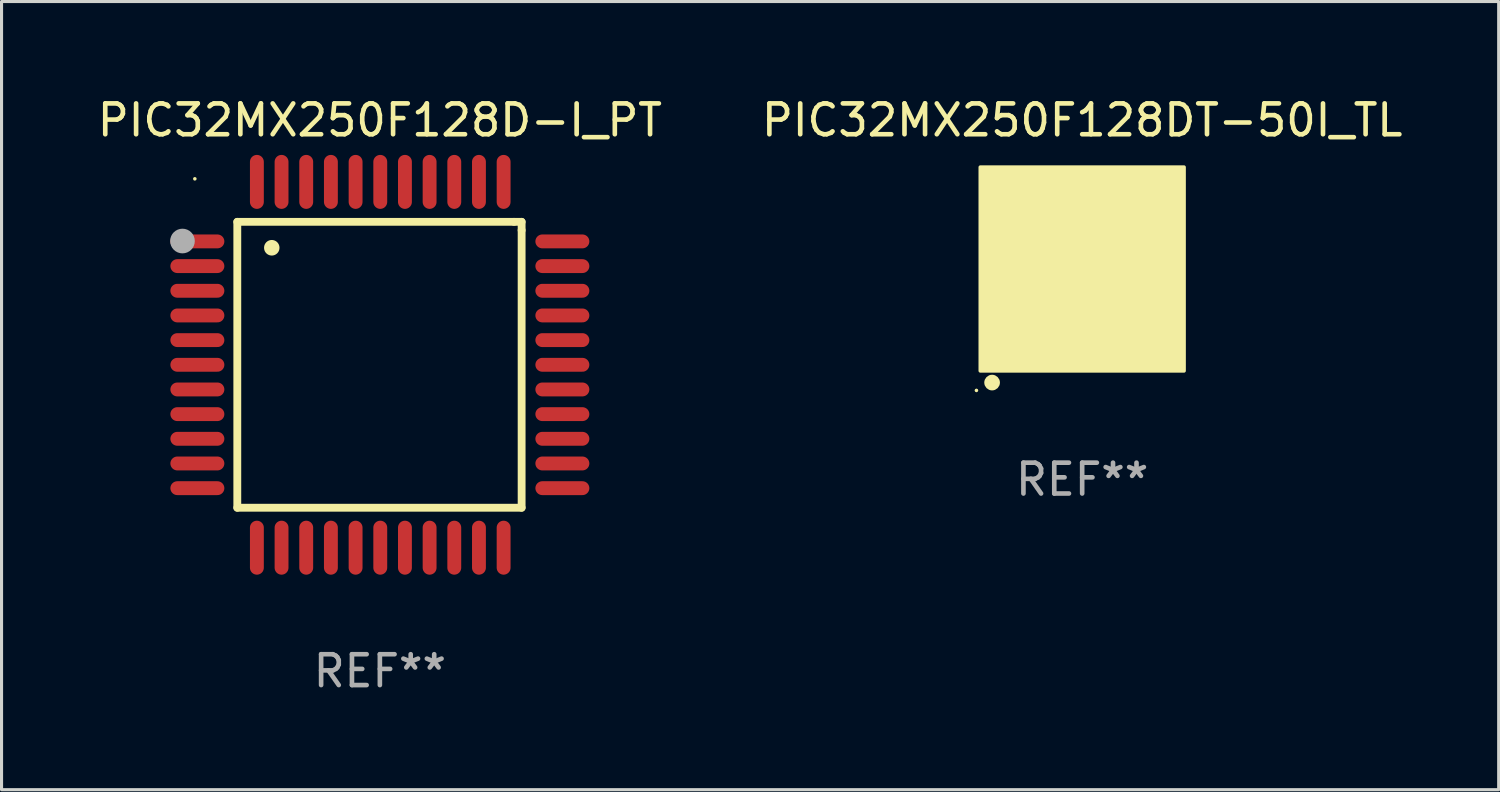
<source format=kicad_pcb>
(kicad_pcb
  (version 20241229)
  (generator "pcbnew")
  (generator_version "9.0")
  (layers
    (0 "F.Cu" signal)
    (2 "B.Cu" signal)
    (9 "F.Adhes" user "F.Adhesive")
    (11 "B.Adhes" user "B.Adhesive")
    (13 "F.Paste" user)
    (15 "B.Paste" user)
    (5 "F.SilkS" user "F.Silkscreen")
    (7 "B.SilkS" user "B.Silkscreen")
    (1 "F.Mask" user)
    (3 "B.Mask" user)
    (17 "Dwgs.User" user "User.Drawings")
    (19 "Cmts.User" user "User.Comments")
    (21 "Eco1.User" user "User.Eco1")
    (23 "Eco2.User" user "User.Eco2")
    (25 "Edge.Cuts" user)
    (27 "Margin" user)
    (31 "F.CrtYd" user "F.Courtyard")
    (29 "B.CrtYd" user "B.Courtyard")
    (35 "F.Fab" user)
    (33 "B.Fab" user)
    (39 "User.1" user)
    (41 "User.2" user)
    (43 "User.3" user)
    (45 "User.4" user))
  (footprint "PIC32MX250F128D-I_PT"
    (layer "F.Cu")
    (at 9.268 8.779)
    (property "Reference" "PIC32MX250F128D-I_PT" (at 0 -7.931 0) (layer "F.SilkS") (effects (font (size 1 1) (thickness 0.15))))
    (attr through_hole)
    (fp_line (start -4.623 -4.636) (end 4.35 -4.636) (stroke (width 0.254) (type solid)) (layer "F.SilkS"))
    (fp_line (start -4.623 4.636) (end -4.623 -4.636) (stroke (width 0.254) (type solid)) (layer "F.SilkS"))
    (fp_line (start 4.35 -4.636) (end 4.597 -4.636) (stroke (width 0.254) (type solid)) (layer "F.SilkS"))
    (fp_line (start 4.597 -4.636) (end 4.597 -4.363) (stroke (width 0.254) (type solid)) (layer "F.SilkS"))
    (fp_line (start 4.597 -4.363) (end 4.597 4.636) (stroke (width 0.254) (type solid)) (layer "F.SilkS"))
    (fp_line (start 4.597 4.636) (end -4.623 4.636) (stroke (width 0.254) (type solid)) (layer "F.SilkS"))
    (fp_arc (start -3.505207 -3.792228) (mid -3.50522 -3.794768) (end -3.505207 -3.797308) (stroke (width 0.5) (type solid)) (layer "F.SilkS"))
    (fp_circle (center -6 -6.03) (end -5.97 -6.03) (stroke (width 0.06) (type solid)) (fill no) (layer "F.SilkS"))
    (fp_circle (center -6.401 -4.013) (end -6.201 -4.013) (stroke (width 0.4) (type solid)) (fill no) (layer "F.Fab"))
    (fp_text user "REF**" (at 0 9.931 0) (layer "F.Fab") (effects (font (size 1 1) (thickness 0.15))))
    (pad "1" smd oval (at -5.918 -4.001 90) (size 0.45 1.75) (layers "F.Cu" "F.Mask" "F.Paste"))
    (pad "2" smd oval (at -5.918 -3.2 90) (size 0.45 1.75) (layers "F.Cu" "F.Mask" "F.Paste"))
    (pad "3" smd oval (at -5.918 -2.4 90) (size 0.45 1.75) (layers "F.Cu" "F.Mask" "F.Paste"))
    (pad "4" smd oval (at -5.918 -1.6 90) (size 0.45 1.75) (layers "F.Cu" "F.Mask" "F.Paste"))
    (pad "5" smd oval (at -5.918 -0.8 90) (size 0.45 1.75) (layers "F.Cu" "F.Mask" "F.Paste"))
    (pad "6" smd oval (at -5.918 0 90) (size 0.45 1.75) (layers "F.Cu" "F.Mask" "F.Paste"))
    (pad "7" smd oval (at -5.918 0.8 90) (size 0.45 1.75) (layers "F.Cu" "F.Mask" "F.Paste"))
    (pad "8" smd oval (at -5.918 1.6 90) (size 0.45 1.75) (layers "F.Cu" "F.Mask" "F.Paste"))
    (pad "9" smd oval (at -5.918 2.4 90) (size 0.45 1.75) (layers "F.Cu" "F.Mask" "F.Paste"))
    (pad "10" smd oval (at -5.918 3.2 90) (size 0.45 1.75) (layers "F.Cu" "F.Mask" "F.Paste"))
    (pad "11" smd oval (at -5.918 4.001 90) (size 0.45 1.75) (layers "F.Cu" "F.Mask" "F.Paste"))
    (pad "12" smd oval (at -3.988 5.931) (size 0.45 1.75) (layers "F.Cu" "F.Mask" "F.Paste"))
    (pad "13" smd oval (at -3.188 5.931) (size 0.45 1.75) (layers "F.Cu" "F.Mask" "F.Paste"))
    (pad "14" smd oval (at -2.388 5.931) (size 0.45 1.75) (layers "F.Cu" "F.Mask" "F.Paste"))
    (pad "15" smd oval (at -1.588 5.931) (size 0.45 1.75) (layers "F.Cu" "F.Mask" "F.Paste"))
    (pad "16" smd oval (at -0.787 5.931) (size 0.45 1.75) (layers "F.Cu" "F.Mask" "F.Paste"))
    (pad "17" smd oval (at 0.013 5.931) (size 0.45 1.75) (layers "F.Cu" "F.Mask" "F.Paste"))
    (pad "18" smd oval (at 0.813 5.931) (size 0.45 1.75) (layers "F.Cu" "F.Mask" "F.Paste"))
    (pad "19" smd oval (at 1.613 5.931) (size 0.45 1.75) (layers "F.Cu" "F.Mask" "F.Paste"))
    (pad "20" smd oval (at 2.413 5.931) (size 0.45 1.75) (layers "F.Cu" "F.Mask" "F.Paste"))
    (pad "21" smd oval (at 3.213 5.931) (size 0.45 1.75) (layers "F.Cu" "F.Mask" "F.Paste"))
    (pad "22" smd oval (at 4.013 5.931) (size 0.45 1.75) (layers "F.Cu" "F.Mask" "F.Paste"))
    (pad "23" smd oval (at 5.918 4.001 90) (size 0.45 1.75) (layers "F.Cu" "F.Mask" "F.Paste"))
    (pad "24" smd oval (at 5.918 3.2 90) (size 0.45 1.75) (layers "F.Cu" "F.Mask" "F.Paste"))
    (pad "25" smd oval (at 5.918 2.4 90) (size 0.45 1.75) (layers "F.Cu" "F.Mask" "F.Paste"))
    (pad "26" smd oval (at 5.918 1.6 90) (size 0.45 1.75) (layers "F.Cu" "F.Mask" "F.Paste"))
    (pad "27" smd oval (at 5.918 0.8 90) (size 0.45 1.75) (layers "F.Cu" "F.Mask" "F.Paste"))
    (pad "28" smd oval (at 5.918 0 90) (size 0.45 1.75) (layers "F.Cu" "F.Mask" "F.Paste"))
    (pad "29" smd oval (at 5.918 -0.8 90) (size 0.45 1.75) (layers "F.Cu" "F.Mask" "F.Paste"))
    (pad "30" smd oval (at 5.918 -1.6 90) (size 0.45 1.75) (layers "F.Cu" "F.Mask" "F.Paste"))
    (pad "31" smd oval (at 5.918 -2.4 90) (size 0.45 1.75) (layers "F.Cu" "F.Mask" "F.Paste"))
    (pad "32" smd oval (at 5.918 -3.2 90) (size 0.45 1.75) (layers "F.Cu" "F.Mask" "F.Paste"))
    (pad "33" smd oval (at 5.918 -4.001 90) (size 0.45 1.75) (layers "F.Cu" "F.Mask" "F.Paste"))
    (pad "34" smd oval (at 4.013 -5.931) (size 0.45 1.75) (layers "F.Cu" "F.Mask" "F.Paste"))
    (pad "35" smd oval (at 3.213 -5.931) (size 0.45 1.75) (layers "F.Cu" "F.Mask" "F.Paste"))
    (pad "36" smd oval (at 2.413 -5.931) (size 0.45 1.75) (layers "F.Cu" "F.Mask" "F.Paste"))
    (pad "37" smd oval (at 1.613 -5.931) (size 0.45 1.75) (layers "F.Cu" "F.Mask" "F.Paste"))
    (pad "38" smd oval (at 0.813 -5.931) (size 0.45 1.75) (layers "F.Cu" "F.Mask" "F.Paste"))
    (pad "39" smd oval (at 0.013 -5.931) (size 0.45 1.75) (layers "F.Cu" "F.Mask" "F.Paste"))
    (pad "40" smd oval (at -0.787 -5.931) (size 0.45 1.75) (layers "F.Cu" "F.Mask" "F.Paste"))
    (pad "41" smd oval (at -1.588 -5.931) (size 0.45 1.75) (layers "F.Cu" "F.Mask" "F.Paste"))
    (pad "42" smd oval (at -2.388 -5.931) (size 0.45 1.75) (layers "F.Cu" "F.Mask" "F.Paste"))
    (pad "43" smd oval (at -3.188 -5.931) (size 0.45 1.75) (layers "F.Cu" "F.Mask" "F.Paste"))
    (pad "44" smd oval (at -3.988 -5.931) (size 0.45 1.75) (layers "F.Cu" "F.Mask" "F.Paste")))
  (footprint "PIC32MX250F128DT-50I_TL"
    (layer "F.Cu")
    (at 32.042 5.673)
    (property "Reference" "PIC32MX250F128DT-50I_TL" (at 0 -4.825 0) (layer "F.SilkS") (effects (font (size 1 1) (thickness 0.15))))
    (attr through_hole)
    (fp_circle (center -3.429 3.937) (end -3.399 3.937) (stroke (width 0.06) (type solid)) (fill no) (layer "F.SilkS"))
    (fp_circle (center -2.921 3.683) (end -2.794 3.683) (stroke (width 0.254) (type solid)) (fill no) (layer "F.SilkS"))
    (fp_poly (pts (xy -3.302 -3.302) (xy 3.302 -3.302) (xy 3.302 3.302) (xy -3.302 3.302)) (stroke (width 0.12) (type solid)) (fill yes) (layer "F.SilkS"))
    (fp_text user "REF**" (at 0 6.825 0) (layer "F.Fab") (effects (font (size 1 1) (thickness 0.15))))
    (pad "1" smd rect (at -2.25 2.825) (size 0.3 0.45) (layers "F.Cu" "F.Mask" "F.Paste"))
    (pad "2" smd rect (at -1.75 2.825) (size 0.3 0.45) (layers "F.Cu" "F.Mask" "F.Paste"))
    (pad "3" smd rect (at -1.25 2.825) (size 0.3 0.45) (layers "F.Cu" "F.Mask" "F.Paste"))
    (pad "4" smd rect (at -0.75 2.825) (size 0.3 0.45) (layers "F.Cu" "F.Mask" "F.Paste"))
    (pad "5" smd rect (at -0.25 2.825) (size 0.3 0.45) (layers "F.Cu" "F.Mask" "F.Paste"))
    (pad "6" smd rect (at 0.25 2.825) (size 0.3 0.45) (layers "F.Cu" "F.Mask" "F.Paste"))
    (pad "7" smd rect (at 0.75 2.825) (size 0.3 0.45) (layers "F.Cu" "F.Mask" "F.Paste"))
    (pad "8" smd rect (at 1.25 2.825) (size 0.3 0.45) (layers "F.Cu" "F.Mask" "F.Paste"))
    (pad "9" smd rect (at 1.75 2.825) (size 0.3 0.45) (layers "F.Cu" "F.Mask" "F.Paste"))
    (pad "10" smd rect (at 2.25 2.825) (size 0.3 0.45) (layers "F.Cu" "F.Mask" "F.Paste"))
    (pad "11" smd rect (at 2.825 2.825 90) (size 0.45 0.45) (layers "F.Cu" "F.Mask" "F.Paste"))
    (pad "12" smd rect (at 2.825 2.25 90) (size 0.3 0.45) (layers "F.Cu" "F.Mask" "F.Paste"))
    (pad "13" smd rect (at 2.825 1.75 90) (size 0.3 0.45) (layers "F.Cu" "F.Mask" "F.Paste"))
    (pad "14" smd rect (at 2.825 1.25 90) (size 0.3 0.45) (layers "F.Cu" "F.Mask" "F.Paste"))
    (pad "15" smd rect (at 2.825 0.75 90) (size 0.3 0.45) (layers "F.Cu" "F.Mask" "F.Paste"))
    (pad "16" smd rect (at 2.825 0.25 90) (size 0.3 0.45) (layers "F.Cu" "F.Mask" "F.Paste"))
    (pad "17" smd rect (at 2.825 -0.25 90) (size 0.3 0.45) (layers "F.Cu" "F.Mask" "F.Paste"))
    (pad "18" smd rect (at 2.825 -0.75 90) (size 0.3 0.45) (layers "F.Cu" "F.Mask" "F.Paste"))
    (pad "19" smd rect (at 2.825 -1.25 90) (size 0.3 0.45) (layers "F.Cu" "F.Mask" "F.Paste"))
    (pad "20" smd rect (at 2.825 -1.75 90) (size 0.3 0.45) (layers "F.Cu" "F.Mask" "F.Paste"))
    (pad "21" smd rect (at 2.825 -2.25 90) (size 0.3 0.45) (layers "F.Cu" "F.Mask" "F.Paste"))
    (pad "22" smd rect (at 2.825 -2.825 90) (size 0.45 0.45) (layers "F.Cu" "F.Mask" "F.Paste"))
    (pad "23" smd rect (at 2.25 -2.825) (size 0.3 0.45) (layers "F.Cu" "F.Mask" "F.Paste"))
    (pad "24" smd rect (at 1.75 -2.825) (size 0.3 0.45) (layers "F.Cu" "F.Mask" "F.Paste"))
    (pad "25" smd rect (at 1.25 -2.825) (size 0.3 0.45) (layers "F.Cu" "F.Mask" "F.Paste"))
    (pad "26" smd rect (at 0.75 -2.825) (size 0.3 0.45) (layers "F.Cu" "F.Mask" "F.Paste"))
    (pad "27" smd rect (at 0.25 -2.825) (size 0.3 0.45) (layers "F.Cu" "F.Mask" "F.Paste"))
    (pad "28" smd rect (at -0.25 -2.825) (size 0.3 0.45) (layers "F.Cu" "F.Mask" "F.Paste"))
    (pad "29" smd rect (at -0.75 -2.825) (size 0.3 0.45) (layers "F.Cu" "F.Mask" "F.Paste"))
    (pad "30" smd rect (at -1.25 -2.825) (size 0.3 0.45) (layers "F.Cu" "F.Mask" "F.Paste"))
    (pad "31" smd rect (at -1.75 -2.825) (size 0.3 0.45) (layers "F.Cu" "F.Mask" "F.Paste"))
    (pad "32" smd rect (at -2.25 -2.825) (size 0.3 0.45) (layers "F.Cu" "F.Mask" "F.Paste"))
    (pad "33" smd rect (at -2.825 -2.825 90) (size 0.45 0.45) (layers "F.Cu" "F.Mask" "F.Paste"))
    (pad "34" smd rect (at -2.825 -2.25 90) (size 0.3 0.45) (layers "F.Cu" "F.Mask" "F.Paste"))
    (pad "35" smd rect (at -2.825 -1.75 90) (size 0.3 0.45) (layers "F.Cu" "F.Mask" "F.Paste"))
    (pad "36" smd rect (at -2.825 -1.25 90) (size 0.3 0.45) (layers "F.Cu" "F.Mask" "F.Paste"))
    (pad "37" smd rect (at -2.825 -0.75 90) (size 0.3 0.45) (layers "F.Cu" "F.Mask" "F.Paste"))
    (pad "38" smd rect (at -2.825 -0.25 90) (size 0.3 0.45) (layers "F.Cu" "F.Mask" "F.Paste"))
    (pad "39" smd rect (at -2.825 0.25 90) (size 0.3 0.45) (layers "F.Cu" "F.Mask" "F.Paste"))
    (pad "40" smd rect (at -2.825 0.75 90) (size 0.3 0.45) (layers "F.Cu" "F.Mask" "F.Paste"))
    (pad "41" smd rect (at -2.825 1.25 90) (size 0.3 0.45) (layers "F.Cu" "F.Mask" "F.Paste"))
    (pad "42" smd rect (at -2.825 1.75 90) (size 0.3 0.45) (layers "F.Cu" "F.Mask" "F.Paste"))
    (pad "43" smd rect (at -2.825 2.25 90) (size 0.3 0.45) (layers "F.Cu" "F.Mask" "F.Paste"))
    (pad "44" smd rect (at -2.825 2.825 90) (size 0.45 0.45) (layers "F.Cu" "F.Mask" "F.Paste"))
    (pad "45" smd rect (at 0 0 90) (size 4.6 4.6) (layers "F.Cu" "F.Mask" "F.Paste")))
  (gr_rect
    (start -3 -3)
    (end 45.548 22.558)
    (stroke (width 0.1) (type default))
    (fill no)
    (layer "Edge.Cuts")))
</source>
